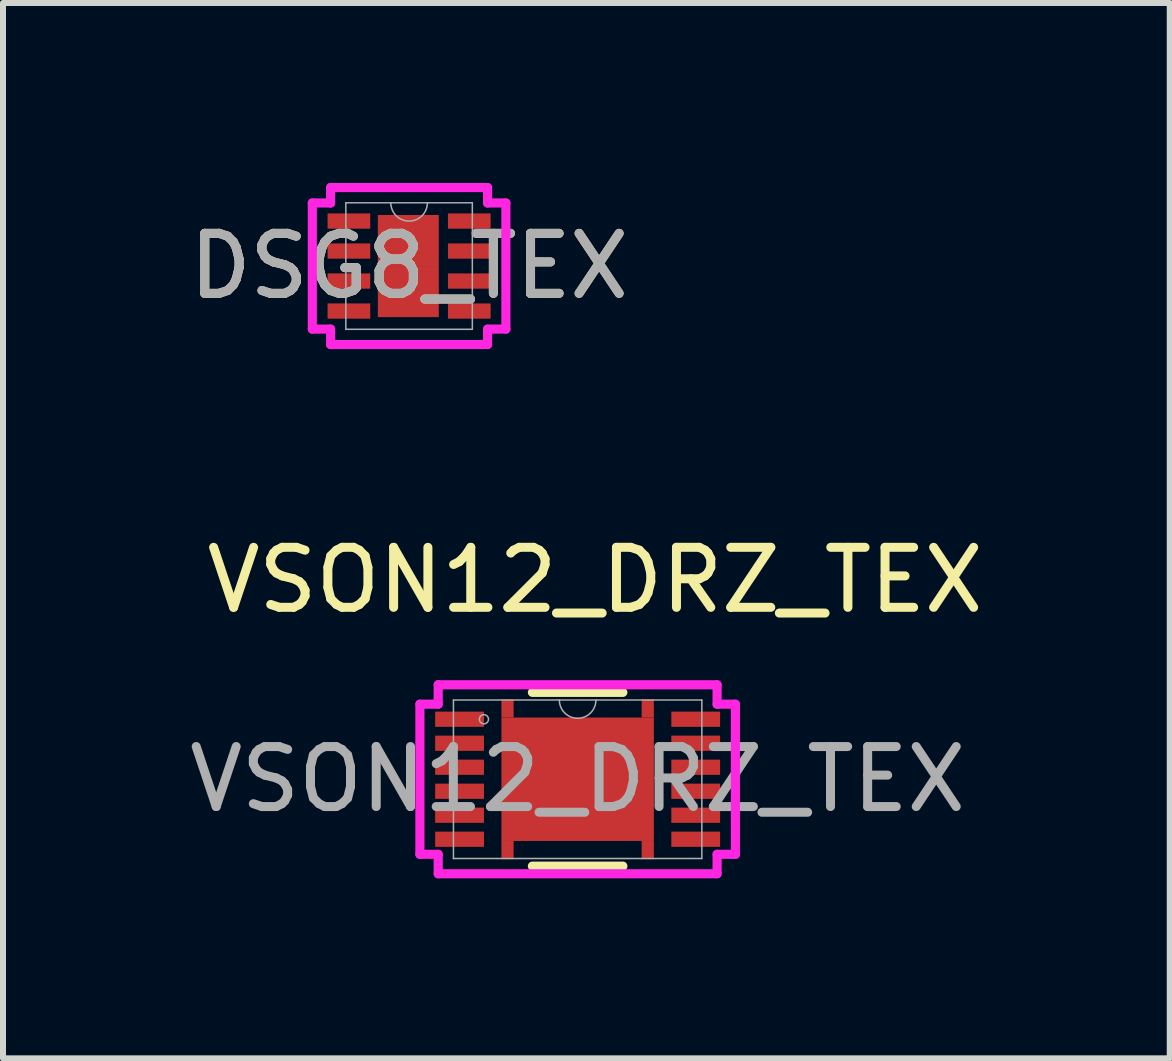
<source format=kicad_pcb>
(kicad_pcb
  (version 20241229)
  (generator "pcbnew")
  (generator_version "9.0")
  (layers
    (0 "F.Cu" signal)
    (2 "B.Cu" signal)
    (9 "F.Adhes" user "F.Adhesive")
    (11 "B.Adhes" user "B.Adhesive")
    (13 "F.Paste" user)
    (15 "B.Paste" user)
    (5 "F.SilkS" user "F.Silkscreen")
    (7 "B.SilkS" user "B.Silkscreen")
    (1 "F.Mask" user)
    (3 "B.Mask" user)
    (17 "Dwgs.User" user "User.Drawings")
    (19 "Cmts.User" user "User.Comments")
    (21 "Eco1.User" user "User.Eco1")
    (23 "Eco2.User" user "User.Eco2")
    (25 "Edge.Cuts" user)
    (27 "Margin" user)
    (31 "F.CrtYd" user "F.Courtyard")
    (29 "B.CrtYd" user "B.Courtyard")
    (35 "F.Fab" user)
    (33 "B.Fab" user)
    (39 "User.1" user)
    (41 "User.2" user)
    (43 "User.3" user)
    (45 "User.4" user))
  (footprint "VSON12_DRZ_TEX"
    (layer "F.Cu")
    (at 6.577 9.937)
    (property "Reference" "VSON12_DRZ_TEX" (at 0.29 -3.32 0) (unlocked yes) (layer "F.SilkS") (effects (font (size 1 1) (thickness 0.15))))
    (attr smd)
    (fp_poly (pts (xy -1.27 -1.029) (xy -1.27 -1.333) (xy -1.067 -1.333) (xy -1.067 -1.029)) (stroke (width 0) (type solid)) (fill yes) (layer "F.Cu"))
    (fp_poly (pts (xy -1.27 1.029) (xy -1.27 1.333) (xy -1.067 1.333) (xy -1.067 1.029)) (stroke (width 0) (type solid)) (fill yes) (layer "F.Cu"))
    (fp_poly (pts (xy 1.27 -1.029) (xy 1.27 -1.333) (xy 1.067 -1.333) (xy 1.067 -1.029)) (stroke (width 0) (type solid)) (fill yes) (layer "F.Cu"))
    (fp_poly (pts (xy 1.27 1.029) (xy 1.27 1.333) (xy 1.067 1.333) (xy 1.067 1.029)) (stroke (width 0) (type solid)) (fill yes) (layer "F.Cu"))
    (fp_poly (pts (xy -1.27 -1.029) (xy -1.27 -1.333) (xy -1.067 -1.333) (xy -1.067 -1.029)) (stroke (width 0) (type solid)) (fill yes) (layer "F.Mask"))
    (fp_poly (pts (xy -1.27 1.029) (xy -1.27 1.333) (xy -1.067 1.333) (xy -1.067 1.029)) (stroke (width 0) (type solid)) (fill yes) (layer "F.Mask"))
    (fp_poly (pts (xy 1.27 -1.029) (xy 1.27 -1.333) (xy 1.067 -1.333) (xy 1.067 -1.029)) (stroke (width 0) (type solid)) (fill yes) (layer "F.Mask"))
    (fp_poly (pts (xy 1.27 1.029) (xy 1.27 1.333) (xy 1.067 1.333) (xy 1.067 1.029)) (stroke (width 0) (type solid)) (fill yes) (layer "F.Mask"))
    (fp_line (start -0.754 1.448) (end 0.754 1.448) (stroke (width 0.152) (type solid)) (layer "F.SilkS"))
    (fp_line (start 0.754 -1.448) (end -0.754 -1.448) (stroke (width 0.152) (type solid)) (layer "F.SilkS"))
    (fp_poly (pts (xy -1.27 -1.029) (xy -1.27 -1.333) (xy -1.067 -1.333) (xy -1.067 -1.029)) (stroke (width 0) (type solid)) (fill yes) (layer "F.Paste"))
    (fp_poly (pts (xy -1.27 1.029) (xy -1.27 1.333) (xy -1.067 1.333) (xy -1.067 1.029)) (stroke (width 0) (type solid)) (fill yes) (layer "F.Paste"))
    (fp_poly (pts (xy 1.27 -1.029) (xy 1.27 -1.333) (xy 1.067 -1.333) (xy 1.067 -1.029)) (stroke (width 0) (type solid)) (fill yes) (layer "F.Paste"))
    (fp_poly (pts (xy 1.27 1.029) (xy 1.27 1.333) (xy 1.067 1.333) (xy 1.067 1.029)) (stroke (width 0) (type solid)) (fill yes) (layer "F.Paste"))
    (fp_line (start -2.629 -1.251) (end -2.324 -1.251) (stroke (width 0.152) (type solid)) (layer "F.CrtYd"))
    (fp_line (start -2.629 1.251) (end -2.629 -1.251) (stroke (width 0.152) (type solid)) (layer "F.CrtYd"))
    (fp_line (start -2.629 1.251) (end -2.324 1.251) (stroke (width 0.152) (type solid)) (layer "F.CrtYd"))
    (fp_line (start -2.324 -1.575) (end 2.324 -1.575) (stroke (width 0.152) (type solid)) (layer "F.CrtYd"))
    (fp_line (start -2.324 -1.251) (end -2.324 -1.575) (stroke (width 0.152) (type solid)) (layer "F.CrtYd"))
    (fp_line (start -2.324 1.575) (end -2.324 1.251) (stroke (width 0.152) (type solid)) (layer "F.CrtYd"))
    (fp_line (start 2.324 -1.575) (end 2.324 -1.251) (stroke (width 0.152) (type solid)) (layer "F.CrtYd"))
    (fp_line (start 2.324 1.251) (end 2.324 1.575) (stroke (width 0.152) (type solid)) (layer "F.CrtYd"))
    (fp_line (start 2.324 1.575) (end -2.324 1.575) (stroke (width 0.152) (type solid)) (layer "F.CrtYd"))
    (fp_line (start 2.629 -1.251) (end 2.324 -1.251) (stroke (width 0.152) (type solid)) (layer "F.CrtYd"))
    (fp_line (start 2.629 -1.251) (end 2.629 1.251) (stroke (width 0.152) (type solid)) (layer "F.CrtYd"))
    (fp_line (start 2.629 1.251) (end 2.324 1.251) (stroke (width 0.152) (type solid)) (layer "F.CrtYd"))
    (fp_line (start -2.07 -1.321) (end -2.07 1.321) (stroke (width 0.025) (type solid)) (layer "F.Fab"))
    (fp_line (start -2.07 1.321) (end 2.07 1.321) (stroke (width 0.025) (type solid)) (layer "F.Fab"))
    (fp_line (start 2.07 -1.321) (end -2.07 -1.321) (stroke (width 0.025) (type solid)) (layer "F.Fab"))
    (fp_line (start 2.07 1.321) (end 2.07 -1.321) (stroke (width 0.025) (type solid)) (layer "F.Fab"))
    (fp_arc (start 0.3048 -1.3208) (mid 0 -1.016) (end -0.3048 -1.3208) (stroke (width 0.0254) (type solid)) (layer "F.Fab"))
    (fp_circle (center -1.562 -1) (end -1.486 -1) (stroke (width 0.025) (type solid)) (fill no) (layer "F.Fab"))
    (fp_text user "${REFERENCE}" (at 0 0 0) (unlocked yes) (layer "F.Fab") (effects (font (size 1 1) (thickness 0.15))))
    (pad "1" smd rect (at -1.968 -1) (size 0.813 0.254) (layers "F.Cu" "F.Mask" "F.Paste"))
    (pad "2" smd rect (at -1.968 -0.6) (size 0.813 0.254) (layers "F.Cu" "F.Mask" "F.Paste"))
    (pad "3" smd rect (at -1.968 -0.2) (size 0.813 0.254) (layers "F.Cu" "F.Mask" "F.Paste"))
    (pad "4" smd rect (at -1.968 0.2) (size 0.813 0.254) (layers "F.Cu" "F.Mask" "F.Paste"))
    (pad "5" smd rect (at -1.968 0.6) (size 0.813 0.254) (layers "F.Cu" "F.Mask" "F.Paste"))
    (pad "6" smd rect (at -1.968 1) (size 0.813 0.254) (layers "F.Cu" "F.Mask" "F.Paste"))
    (pad "7" smd rect (at 1.968 1) (size 0.813 0.254) (layers "F.Cu" "F.Mask" "F.Paste"))
    (pad "8" smd rect (at 1.968 0.6) (size 0.813 0.254) (layers "F.Cu" "F.Mask" "F.Paste"))
    (pad "9" smd rect (at 1.968 0.2) (size 0.813 0.254) (layers "F.Cu" "F.Mask" "F.Paste"))
    (pad "10" smd rect (at 1.968 -0.2) (size 0.813 0.254) (layers "F.Cu" "F.Mask" "F.Paste"))
    (pad "11" smd rect (at 1.968 -0.6) (size 0.813 0.254) (layers "F.Cu" "F.Mask" "F.Paste"))
    (pad "12" smd rect (at 1.968 -1) (size 0.813 0.254) (layers "F.Cu" "F.Mask" "F.Paste"))
    (pad "13" smd rect (at 0 0) (size 2.54 2.057) (layers "F.Cu" "F.Mask" "F.Paste")))
  (footprint "DSG8_TEX"
    (layer "F.Cu")
    (at 3.768 1.384)
    (property "Reference" "DSG8_TEX" (at 0 0 0) (unlocked yes) (layer "F.SilkS") (effects (font (size 1 1) (thickness 0.15))))
    (attr smd)
    (fp_poly (pts (xy -0.521 -0.851) (xy 0.495 -0.851) (xy 0.495 0) (xy -0.521 0)) (stroke (width 0) (type solid)) (fill yes) (layer "F.Cu"))
    (fp_poly (pts (xy -0.521 0.851) (xy 0.495 0.851) (xy 0.495 0) (xy -0.521 0)) (stroke (width 0) (type solid)) (fill yes) (layer "F.Cu"))
    (fp_poly (pts (xy -0.521 -0.851) (xy 0.495 -0.851) (xy 0.495 0) (xy -0.521 0)) (stroke (width 0) (type solid)) (fill yes) (layer "F.Mask"))
    (fp_poly (pts (xy -0.521 0.851) (xy 0.495 0.851) (xy 0.495 0) (xy -0.521 0)) (stroke (width 0) (type solid)) (fill yes) (layer "F.Mask"))
    (fp_poly (pts (xy -0.521 -0.851) (xy 0.495 -0.851) (xy 0.495 0) (xy -0.521 0)) (stroke (width 0) (type solid)) (fill yes) (layer "F.Paste"))
    (fp_poly (pts (xy -0.521 0.851) (xy 0.495 0.851) (xy 0.495 0) (xy -0.521 0)) (stroke (width 0) (type solid)) (fill yes) (layer "F.Paste"))
    (fp_line (start -1.613 -1.051) (end -1.308 -1.051) (stroke (width 0.152) (type solid)) (layer "F.CrtYd"))
    (fp_line (start -1.613 1.051) (end -1.613 -1.051) (stroke (width 0.152) (type solid)) (layer "F.CrtYd"))
    (fp_line (start -1.613 1.051) (end -1.308 1.051) (stroke (width 0.152) (type solid)) (layer "F.CrtYd"))
    (fp_line (start -1.308 -1.308) (end 1.308 -1.308) (stroke (width 0.152) (type solid)) (layer "F.CrtYd"))
    (fp_line (start -1.308 -1.051) (end -1.308 -1.308) (stroke (width 0.152) (type solid)) (layer "F.CrtYd"))
    (fp_line (start -1.308 1.308) (end -1.308 1.051) (stroke (width 0.152) (type solid)) (layer "F.CrtYd"))
    (fp_line (start 1.308 -1.308) (end 1.308 -1.051) (stroke (width 0.152) (type solid)) (layer "F.CrtYd"))
    (fp_line (start 1.308 1.051) (end 1.308 1.308) (stroke (width 0.152) (type solid)) (layer "F.CrtYd"))
    (fp_line (start 1.308 1.308) (end -1.308 1.308) (stroke (width 0.152) (type solid)) (layer "F.CrtYd"))
    (fp_line (start 1.613 -1.051) (end 1.308 -1.051) (stroke (width 0.152) (type solid)) (layer "F.CrtYd"))
    (fp_line (start 1.613 -1.051) (end 1.613 1.051) (stroke (width 0.152) (type solid)) (layer "F.CrtYd"))
    (fp_line (start 1.613 1.051) (end 1.308 1.051) (stroke (width 0.152) (type solid)) (layer "F.CrtYd"))
    (fp_line (start -1.054 -1.054) (end -1.054 1.054) (stroke (width 0.025) (type solid)) (layer "F.Fab"))
    (fp_line (start -1.054 1.054) (end 1.054 1.054) (stroke (width 0.025) (type solid)) (layer "F.Fab"))
    (fp_line (start 1.054 -1.054) (end -1.054 -1.054) (stroke (width 0.025) (type solid)) (layer "F.Fab"))
    (fp_line (start 1.054 1.054) (end 1.054 -1.054) (stroke (width 0.025) (type solid)) (layer "F.Fab"))
    (fp_arc (start 0.3048 -1.0541) (mid 0 -0.7493) (end -0.3048 -1.0541) (stroke (width 0.0254) (type solid)) (layer "F.Fab"))
    (fp_text user "${REFERENCE}" (at 0 0 0) (unlocked yes) (layer "F.Fab") (effects (font (size 1 1) (thickness 0.15))))
    (pad "1" smd rect (at -1.003 -0.75) (size 0.711 0.254) (layers "F.Cu" "F.Mask" "F.Paste"))
    (pad "2" smd rect (at -1.003 -0.25) (size 0.711 0.254) (layers "F.Cu" "F.Mask" "F.Paste"))
    (pad "3" smd rect (at -1.003 0.25) (size 0.711 0.254) (layers "F.Cu" "F.Mask" "F.Paste"))
    (pad "4" smd rect (at -1.003 0.75) (size 0.711 0.254) (layers "F.Cu" "F.Mask" "F.Paste"))
    (pad "5" smd rect (at 1.003 0.75) (size 0.711 0.254) (layers "F.Cu" "F.Mask" "F.Paste"))
    (pad "6" smd rect (at 1.003 0.25) (size 0.711 0.254) (layers "F.Cu" "F.Mask" "F.Paste"))
    (pad "7" smd rect (at 1.003 -0.25) (size 0.711 0.254) (layers "F.Cu" "F.Mask" "F.Paste"))
    (pad "8" smd rect (at 1.003 -0.75) (size 0.711 0.254) (layers "F.Cu" "F.Mask" "F.Paste")))
  (gr_rect
    (start -3 -3)
    (end 16.445 14.588)
    (stroke (width 0.1) (type default))
    (fill no)
    (layer "Edge.Cuts")))
</source>
